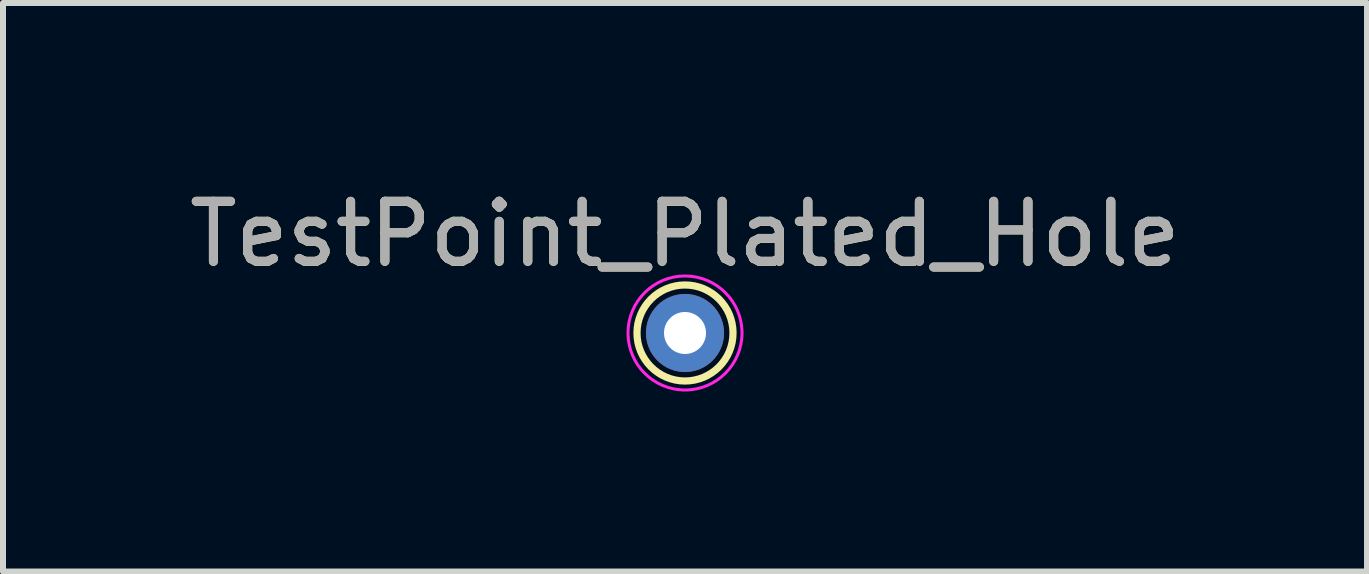
<source format=kicad_pcb>
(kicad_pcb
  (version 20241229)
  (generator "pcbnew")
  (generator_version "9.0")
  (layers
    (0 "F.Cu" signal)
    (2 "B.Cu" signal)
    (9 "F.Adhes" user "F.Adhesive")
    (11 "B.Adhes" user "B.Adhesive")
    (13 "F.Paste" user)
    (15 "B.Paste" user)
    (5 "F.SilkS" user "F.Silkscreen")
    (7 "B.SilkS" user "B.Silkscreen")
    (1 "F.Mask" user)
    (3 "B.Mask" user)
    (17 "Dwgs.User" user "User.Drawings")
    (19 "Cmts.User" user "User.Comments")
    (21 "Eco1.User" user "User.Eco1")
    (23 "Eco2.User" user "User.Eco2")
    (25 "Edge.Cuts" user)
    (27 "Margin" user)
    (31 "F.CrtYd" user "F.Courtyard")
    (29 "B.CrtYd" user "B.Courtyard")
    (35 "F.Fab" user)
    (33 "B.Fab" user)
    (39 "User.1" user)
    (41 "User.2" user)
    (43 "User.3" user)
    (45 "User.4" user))
  (footprint "TestPoint_Plated_Hole"
    (layer "F.Cu")
    (at 8.363 2.498)
    (property "Reference" "TestPoint_Plated_Hole" (at 0 -1.648 0) (layer "F.SilkS") (effects (font (size 1 1) (thickness 0.15))))
    (attr exclude_from_pos_files exclude_from_bom)
    (fp_circle (center 0 0) (end 0.8 0) (stroke (width 0.12) (type solid)) (fill no) (layer "F.SilkS"))
    (fp_circle (center 0 0) (end 0.95 0) (stroke (width 0.05) (type solid)) (fill no) (layer "F.CrtYd"))
    (fp_text user "${REFERENCE}" (at 0 -1.65 0) (layer "F.Fab") (effects (font (size 1 1) (thickness 0.15))))
    (pad "1" thru_hole circle (at 0 0) (size 1.3 1.3) (drill 0.7) (layers "*.Cu" "*.Mask")))
  (gr_rect
    (start -3 -3)
    (end 19.726 6.473)
    (stroke (width 0.1) (type default))
    (fill no)
    (layer "Edge.Cuts")))
</source>
